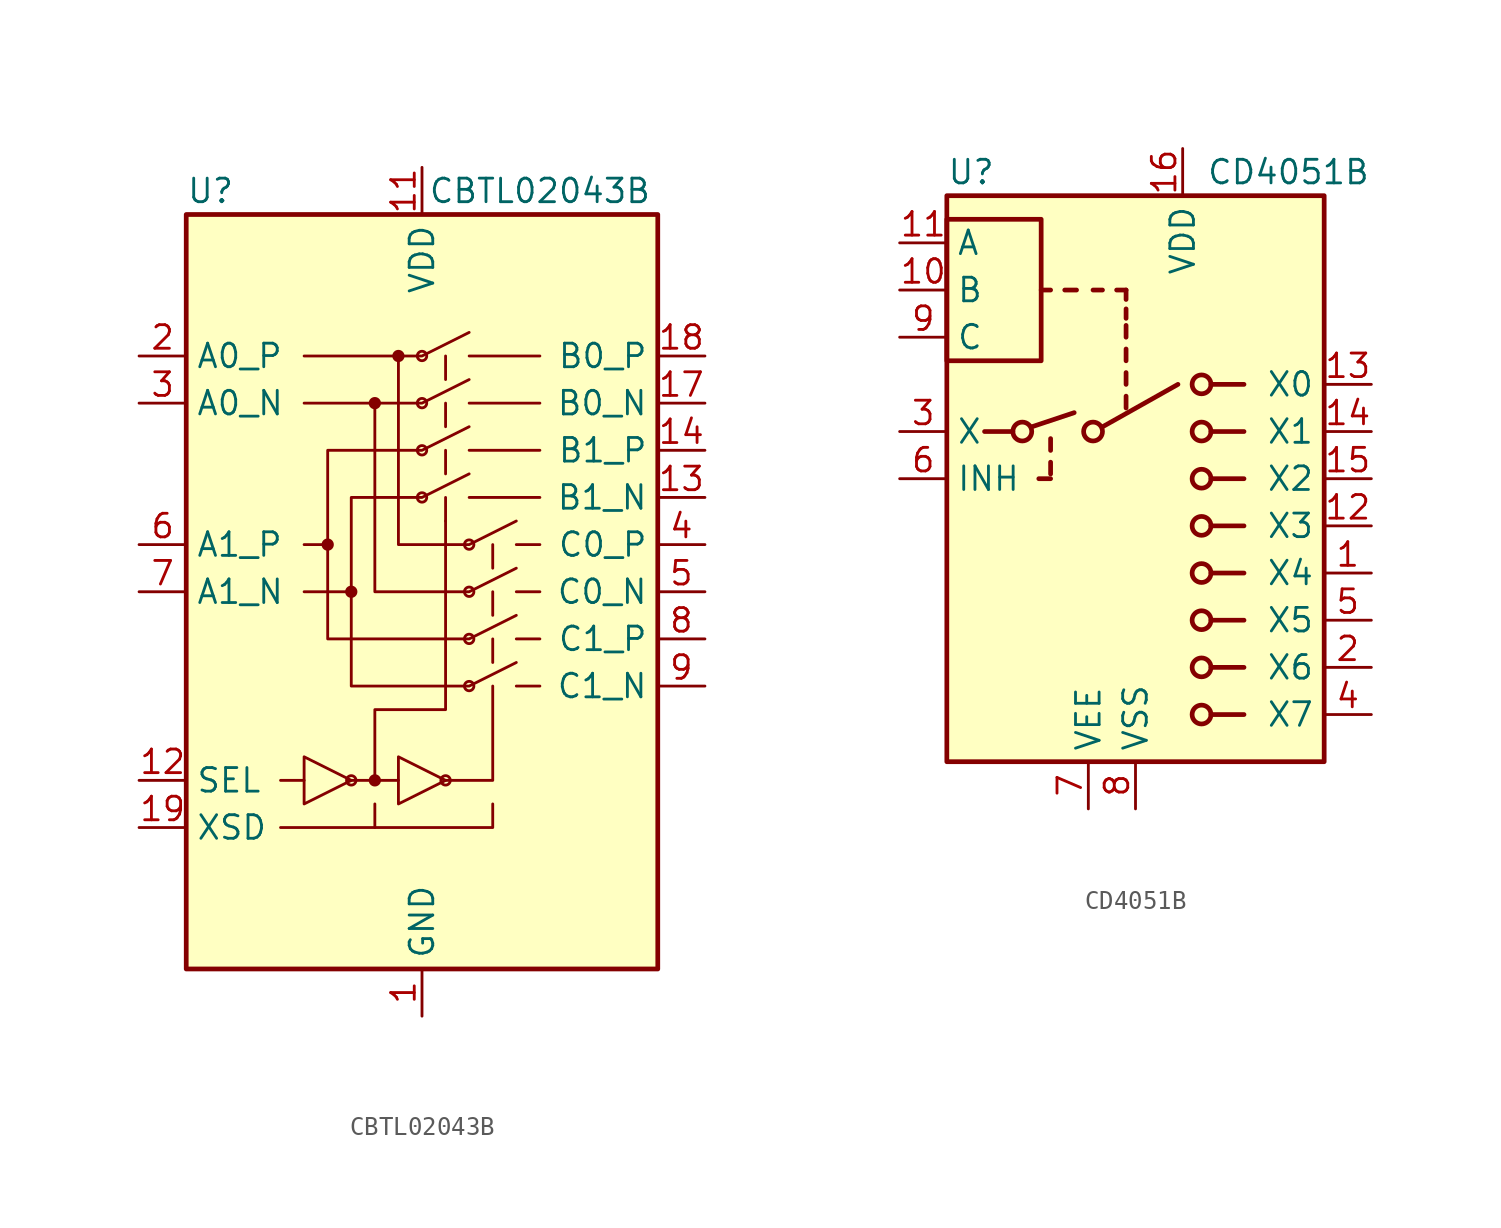
<source format=kicad_sym>
(kicad_symbol_lib
  (version 20220914)
  (generator kicad_symbol_editor)
  (symbol "CBTL02043B"
    (property "Reference" "U"
      (at -12.7 21.59 0)
      (effects (font (size 1.27 1.27)) (justify left)))
    (property "Value" "CBTL02043B"
      (at 6.35 21.59 0)
      (effects (font (size 1.27 1.27))))
    (symbol "CBTL02043B_0_1"
      (rectangle (start -12.7 20.32) (end 12.7 -20.32) (stroke (width 0.254) (type default)) (fill (type background)))
      (circle (center -5.08 2.54) (radius 0.254) (stroke (width 0) (type default)) (fill (type outline)))
      (circle (center -3.81 0) (radius 0.254) (stroke (width 0) (type default)) (fill (type outline)))
      (circle (center -2.54 10.16) (radius 0.254) (stroke (width 0) (type default)) (fill (type outline)))
      (circle (center -1.27 12.7) (radius 0.254) (stroke (width 0) (type default)) (fill (type outline)))
      (polyline (pts (xy -7.62 -10.16) (xy -6.35 -10.16)) (stroke (width 0) (type default)) (fill (type none)))
      (polyline (pts (xy -2.54 -12.7) (xy -2.54 -11.43)) (stroke (width 0) (type default)) (fill (type none)))
      (polyline (pts (xy -7.62 -12.7) (xy 3.81 -12.7) (xy 3.81 -11.43)) (stroke (width 0) (type default)) (fill (type none)))
      (polyline (pts (xy 1.27 -10.16) (xy -1.27 -8.89) (xy -1.27 -11.43) (xy 1.27 -10.16)) (stroke (width 0) (type default)) (fill (type none)))
      (polyline (pts (xy 5.08 -3.81) (xy 2.54 -5.08) (xy -3.81 -5.08) (xy -3.81 0)) (stroke (width 0) (type default)) (fill (type none)))
      (polyline (pts (xy 5.08 -1.27) (xy 2.54 -2.54) (xy -5.08 -2.54) (xy -5.08 2.54)) (stroke (width 0) (type default)) (fill (type none)))
      (polyline (pts (xy 5.08 1.27) (xy 2.54 0) (xy -2.54 0) (xy -2.54 10.16)) (stroke (width 0) (type default)) (fill (type none)))
      (polyline (pts (xy 5.08 3.81) (xy 2.54 2.54) (xy -1.27 2.54) (xy -1.27 12.7)) (stroke (width 0) (type default)) (fill (type none))))
    (symbol "CBTL02043B_1_1"
      (circle (center -3.81 -10.16) (radius 0.254) (stroke (width 0) (type default)) (fill (type none)))
      (circle (center -2.54 -10.16) (radius 0.254) (stroke (width 0) (type default)) (fill (type outline)))
      (polyline (pts (xy -2.54 -10.16) (xy -1.27 -10.16)) (stroke (width 0) (type default)) (fill (type none)))
      (polyline (pts (xy 1.27 5.08) (xy 1.27 3.81)) (stroke (width 0) (type default)) (fill (type none)))
      (polyline (pts (xy 1.27 7.62) (xy 1.27 6.35)) (stroke (width 0) (type default)) (fill (type none)))
      (polyline (pts (xy 1.27 10.16) (xy 1.27 8.89)) (stroke (width 0) (type default)) (fill (type none)))
      (polyline (pts (xy 1.27 12.7) (xy 1.27 11.43)) (stroke (width 0) (type default)) (fill (type none)))
      (polyline (pts (xy 3.81 -3.81) (xy 3.81 -2.54)) (stroke (width 0) (type default)) (fill (type none)))
      (polyline (pts (xy 3.81 -1.27) (xy 3.81 0)) (stroke (width 0) (type default)) (fill (type none)))
      (polyline (pts (xy 3.81 1.27) (xy 3.81 2.54)) (stroke (width 0) (type default)) (fill (type none)))
      (polyline (pts (xy 6.35 -5.08) (xy 5.08 -5.08)) (stroke (width 0) (type default)) (fill (type none)))
      (polyline (pts (xy 6.35 -2.54) (xy 5.08 -2.54)) (stroke (width 0) (type default)) (fill (type none)))
      (polyline (pts (xy 6.35 0) (xy 5.08 0)) (stroke (width 0) (type default)) (fill (type none)))
      (polyline (pts (xy 6.35 2.54) (xy 5.08 2.54)) (stroke (width 0) (type default)) (fill (type none)))
      (polyline (pts (xy 6.35 5.08) (xy 2.54 5.08)) (stroke (width 0) (type default)) (fill (type none)))
      (polyline (pts (xy 6.35 7.62) (xy 2.54 7.62)) (stroke (width 0) (type default)) (fill (type none)))
      (polyline (pts (xy 6.35 10.16) (xy 2.54 10.16)) (stroke (width 0) (type default)) (fill (type none)))
      (polyline (pts (xy 6.35 12.7) (xy 2.54 12.7)) (stroke (width 0) (type default)) (fill (type none)))
      (polyline (pts (xy -6.35 10.16) (xy 0 10.16) (xy 2.54 11.43)) (stroke (width 0) (type default)) (fill (type none)))
      (polyline (pts (xy -6.35 12.7) (xy 0 12.7) (xy 2.54 13.97)) (stroke (width 0) (type default)) (fill (type none)))
      (polyline (pts (xy 1.27 -10.16) (xy 3.81 -10.16) (xy 3.81 -5.08)) (stroke (width 0) (type default)) (fill (type none)))
      (polyline (pts (xy -3.81 -10.16) (xy -6.35 -8.89) (xy -6.35 -11.43) (xy -3.81 -10.16)) (stroke (width 0) (type default)) (fill (type none)))
      (polyline (pts (xy -6.35 0) (xy -3.81 0) (xy -3.81 5.08) (xy 0 5.08) (xy 2.54 6.35)) (stroke (width 0) (type default)) (fill (type none)))
      (polyline (pts (xy -6.35 2.54) (xy -5.08 2.54) (xy -5.08 7.62) (xy 0 7.62) (xy 2.54 8.89)) (stroke (width 0) (type default)) (fill (type none)))
      (polyline (pts (xy 1.27 3.81) (xy 1.27 -6.35) (xy -2.54 -6.35) (xy -2.54 -10.16) (xy -3.81 -10.16)) (stroke (width 0) (type default)) (fill (type none)))
      (circle (center 0 5.08) (radius 0.254) (stroke (width 0) (type default)) (fill (type none)))
      (circle (center 0 7.62) (radius 0.254) (stroke (width 0) (type default)) (fill (type none)))
      (circle (center 0 10.16) (radius 0.254) (stroke (width 0) (type default)) (fill (type none)))
      (circle (center 0 12.7) (radius 0.254) (stroke (width 0) (type default)) (fill (type none)))
      (circle (center 1.27 -10.16) (radius 0.254) (stroke (width 0) (type default)) (fill (type none)))
      (circle (center 2.54 -5.08) (radius 0.254) (stroke (width 0) (type default)) (fill (type none)))
      (circle (center 2.54 -2.54) (radius 0.254) (stroke (width 0) (type default)) (fill (type none)))
      (circle (center 2.54 0) (radius 0.254) (stroke (width 0) (type default)) (fill (type none)))
      (circle (center 2.54 2.54) (radius 0.254) (stroke (width 0) (type default)) (fill (type none)))
      (pin power_in line (at 0 -22.86 90) (length 2.54) (name "GND" (effects (font (size 1.27 1.27)))) (number "1" (effects (font (size 1.27 1.27)))))
      (pin passive line (at 0 -22.86 90) (length 2.54) hide (name "GND" (effects (font (size 1.27 1.27)))) (number "10" (effects (font (size 1.27 1.27)))))
      (pin power_in line (at 0 22.86 270) (length 2.54) (name "VDD" (effects (font (size 1.27 1.27)))) (number "11" (effects (font (size 1.27 1.27)))))
      (pin input line (at -15.24 -10.16 0) (length 2.54) (name "SEL" (effects (font (size 1.27 1.27)))) (number "12" (effects (font (size 1.27 1.27)))))
      (pin passive line (at 15.24 5.08 180) (length 2.54) (name "B1_N" (effects (font (size 1.27 1.27)))) (number "13" (effects (font (size 1.27 1.27)))))
      (pin passive line (at 15.24 7.62 180) (length 2.54) (name "B1_P" (effects (font (size 1.27 1.27)))) (number "14" (effects (font (size 1.27 1.27)))))
      (pin passive line (at 0 -22.86 90) (length 2.54) hide (name "GND" (effects (font (size 1.27 1.27)))) (number "15" (effects (font (size 1.27 1.27)))))
      (pin passive line (at 0 22.86 270) (length 2.54) hide (name "VDD" (effects (font (size 1.27 1.27)))) (number "16" (effects (font (size 1.27 1.27)))))
      (pin passive line (at 15.24 10.16 180) (length 2.54) (name "B0_N" (effects (font (size 1.27 1.27)))) (number "17" (effects (font (size 1.27 1.27)))))
      (pin passive line (at 15.24 12.7 180) (length 2.54) (name "B0_P" (effects (font (size 1.27 1.27)))) (number "18" (effects (font (size 1.27 1.27)))))
      (pin input line (at -15.24 -12.7 0) (length 2.54) (name "XSD" (effects (font (size 1.27 1.27)))) (number "19" (effects (font (size 1.27 1.27)))))
      (pin passive line (at -15.24 12.7 0) (length 2.54) (name "A0_P" (effects (font (size 1.27 1.27)))) (number "2" (effects (font (size 1.27 1.27)))))
      (pin passive line (at 0 22.86 270) (length 2.54) hide (name "VDD" (effects (font (size 1.27 1.27)))) (number "20" (effects (font (size 1.27 1.27)))))
      (pin passive line (at 0 -22.86 90) (length 2.54) hide (name "GND" (effects (font (size 1.27 1.27)))) (number "21" (effects (font (size 1.27 1.27)))))
      (pin passive line (at -15.24 10.16 0) (length 2.54) (name "A0_N" (effects (font (size 1.27 1.27)))) (number "3" (effects (font (size 1.27 1.27)))))
      (pin passive line (at 15.24 2.54 180) (length 2.54) (name "C0_P" (effects (font (size 1.27 1.27)))) (number "4" (effects (font (size 1.27 1.27)))))
      (pin passive line (at 15.24 0 180) (length 2.54) (name "C0_N" (effects (font (size 1.27 1.27)))) (number "5" (effects (font (size 1.27 1.27)))))
      (pin passive line (at -15.24 2.54 0) (length 2.54) (name "A1_P" (effects (font (size 1.27 1.27)))) (number "6" (effects (font (size 1.27 1.27)))))
      (pin passive line (at -15.24 0 0) (length 2.54) (name "A1_N" (effects (font (size 1.27 1.27)))) (number "7" (effects (font (size 1.27 1.27)))))
      (pin passive line (at 15.24 -2.54 180) (length 2.54) (name "C1_P" (effects (font (size 1.27 1.27)))) (number "8" (effects (font (size 1.27 1.27)))))
      (pin passive line (at 15.24 -5.08 180) (length 2.54) (name "C1_N" (effects (font (size 1.27 1.27)))) (number "9" (effects (font (size 1.27 1.27)))))))
  (symbol "CD4051B"
    (property "Reference" "U"
      (at -10.16 16.51 0)
      (effects (font (size 1.27 1.27)) (justify left)))
    (property "Value" "CD4051B"
      (at 3.81 16.51 0)
      (effects (font (size 1.27 1.27)) (justify left)))
    (symbol "CD4051B_0_1"
      (rectangle (start -10.16 6.35) (end -5.08 13.97) (stroke (width 0.254) (type default)) (fill (type none)))
      (rectangle (start -10.16 15.24) (end 10.16 -15.24) (stroke (width 0.254) (type default)) (fill (type background)))
      (circle (center -6.096 2.54) (radius 0.508) (stroke (width 0.254) (type default)) (fill (type none)))
      (circle (center -2.286 2.54) (radius 0.508) (stroke (width 0.254) (type default)) (fill (type none)))
      (polyline (pts (xy -8.128 2.54) (xy -6.604 2.54)) (stroke (width 0.254) (type default)) (fill (type none)))
      (polyline (pts (xy -5.588 2.794) (xy -3.302 3.556)) (stroke (width 0.254) (type default)) (fill (type none)))
      (polyline (pts (xy -4.572 0) (xy -5.207 0)) (stroke (width 0.254) (type default)) (fill (type none)))
      (polyline (pts (xy -4.572 0.254) (xy -4.572 0.889)) (stroke (width 0.254) (type default)) (fill (type none)))
      (polyline (pts (xy -4.572 1.524) (xy -4.572 2.159)) (stroke (width 0.254) (type default)) (fill (type none)))
      (polyline (pts (xy -4.572 10.16) (xy -5.08 10.16)) (stroke (width 0.254) (type default)) (fill (type none)))
      (polyline (pts (xy -3.81 10.16) (xy -3.175 10.16)) (stroke (width 0.254) (type default)) (fill (type none)))
      (polyline (pts (xy -1.778 2.794) (xy 2.286 5.08)) (stroke (width 0.254) (type default)) (fill (type none)))
      (polyline (pts (xy -1.778 10.16) (xy -2.286 10.16)) (stroke (width 0.254) (type default)) (fill (type none)))
      (polyline (pts (xy -0.508 3.81) (xy -0.508 4.445)) (stroke (width 0.254) (type default)) (fill (type none)))
      (polyline (pts (xy -0.508 5.08) (xy -0.508 5.715)) (stroke (width 0.254) (type default)) (fill (type none)))
      (polyline (pts (xy -0.508 6.35) (xy -0.508 6.985)) (stroke (width 0.254) (type default)) (fill (type none)))
      (polyline (pts (xy -0.508 7.62) (xy -0.508 8.255)) (stroke (width 0.254) (type default)) (fill (type none)))
      (polyline (pts (xy -0.508 8.636) (xy -0.508 9.144)) (stroke (width 0.254) (type default)) (fill (type none)))
      (polyline (pts (xy -0.508 9.652) (xy -0.508 10.16)) (stroke (width 0.254) (type default)) (fill (type none)))
      (polyline (pts (xy -0.508 10.16) (xy -1.016 10.16)) (stroke (width 0.254) (type default)) (fill (type none)))
      (polyline (pts (xy 4.064 -12.7) (xy 5.842 -12.7)) (stroke (width 0.254) (type default)) (fill (type none)))
      (polyline (pts (xy 4.064 -10.16) (xy 5.842 -10.16)) (stroke (width 0.254) (type default)) (fill (type none)))
      (polyline (pts (xy 4.064 -7.62) (xy 5.842 -7.62)) (stroke (width 0.254) (type default)) (fill (type none)))
      (polyline (pts (xy 4.064 -5.08) (xy 5.842 -5.08)) (stroke (width 0.254) (type default)) (fill (type none)))
      (polyline (pts (xy 4.064 -2.54) (xy 5.842 -2.54)) (stroke (width 0.254) (type default)) (fill (type none)))
      (polyline (pts (xy 4.064 0) (xy 5.842 0)) (stroke (width 0.254) (type default)) (fill (type none)))
      (polyline (pts (xy 4.064 2.54) (xy 5.842 2.54)) (stroke (width 0.254) (type default)) (fill (type none)))
      (polyline (pts (xy 4.064 5.08) (xy 5.842 5.08)) (stroke (width 0.254) (type default)) (fill (type none)))
      (circle (center 3.556 -12.7) (radius 0.508) (stroke (width 0.254) (type default)) (fill (type none)))
      (circle (center 3.556 -10.16) (radius 0.508) (stroke (width 0.254) (type default)) (fill (type none)))
      (circle (center 3.556 -7.62) (radius 0.508) (stroke (width 0.254) (type default)) (fill (type none)))
      (circle (center 3.556 -5.08) (radius 0.508) (stroke (width 0.254) (type default)) (fill (type none)))
      (circle (center 3.556 -2.54) (radius 0.508) (stroke (width 0.254) (type default)) (fill (type none)))
      (circle (center 3.556 0) (radius 0.508) (stroke (width 0.254) (type default)) (fill (type none)))
      (circle (center 3.556 2.54) (radius 0.508) (stroke (width 0.254) (type default)) (fill (type none)))
      (circle (center 3.556 5.08) (radius 0.508) (stroke (width 0.254) (type default)) (fill (type none))))
    (symbol "CD4051B_1_1"
      (pin bidirectional line (at 12.7 -5.08 180) (length 2.54) (name "X4" (effects (font (size 1.27 1.27)))) (number "1" (effects (font (size 1.27 1.27)))))
      (pin input line (at -12.7 10.16 0) (length 2.54) (name "B" (effects (font (size 1.27 1.27)))) (number "10" (effects (font (size 1.27 1.27)))))
      (pin input line (at -12.7 12.7 0) (length 2.54) (name "A" (effects (font (size 1.27 1.27)))) (number "11" (effects (font (size 1.27 1.27)))))
      (pin bidirectional line (at 12.7 -2.54 180) (length 2.54) (name "X3" (effects (font (size 1.27 1.27)))) (number "12" (effects (font (size 1.27 1.27)))))
      (pin bidirectional line (at 12.7 5.08 180) (length 2.54) (name "X0" (effects (font (size 1.27 1.27)))) (number "13" (effects (font (size 1.27 1.27)))))
      (pin bidirectional line (at 12.7 2.54 180) (length 2.54) (name "X1" (effects (font (size 1.27 1.27)))) (number "14" (effects (font (size 1.27 1.27)))))
      (pin bidirectional line (at 12.7 0 180) (length 2.54) (name "X2" (effects (font (size 1.27 1.27)))) (number "15" (effects (font (size 1.27 1.27)))))
      (pin power_in line (at 2.54 17.78 270) (length 2.54) (name "VDD" (effects (font (size 1.27 1.27)))) (number "16" (effects (font (size 1.27 1.27)))))
      (pin bidirectional line (at 12.7 -10.16 180) (length 2.54) (name "X6" (effects (font (size 1.27 1.27)))) (number "2" (effects (font (size 1.27 1.27)))))
      (pin bidirectional line (at -12.7 2.54 0) (length 2.54) (name "X" (effects (font (size 1.27 1.27)))) (number "3" (effects (font (size 1.27 1.27)))))
      (pin bidirectional line (at 12.7 -12.7 180) (length 2.54) (name "X7" (effects (font (size 1.27 1.27)))) (number "4" (effects (font (size 1.27 1.27)))))
      (pin bidirectional line (at 12.7 -7.62 180) (length 2.54) (name "X5" (effects (font (size 1.27 1.27)))) (number "5" (effects (font (size 1.27 1.27)))))
      (pin input line (at -12.7 0 0) (length 2.54) (name "INH" (effects (font (size 1.27 1.27)))) (number "6" (effects (font (size 1.27 1.27)))))
      (pin power_in line (at -2.54 -17.78 90) (length 2.54) (name "VEE" (effects (font (size 1.27 1.27)))) (number "7" (effects (font (size 1.27 1.27)))))
      (pin power_in line (at 0 -17.78 90) (length 2.54) (name "VSS" (effects (font (size 1.27 1.27)))) (number "8" (effects (font (size 1.27 1.27)))))
      (pin input line (at -12.7 7.62 0) (length 2.54) (name "C" (effects (font (size 1.27 1.27)))) (number "9" (effects (font (size 1.27 1.27))))))))
</source>
